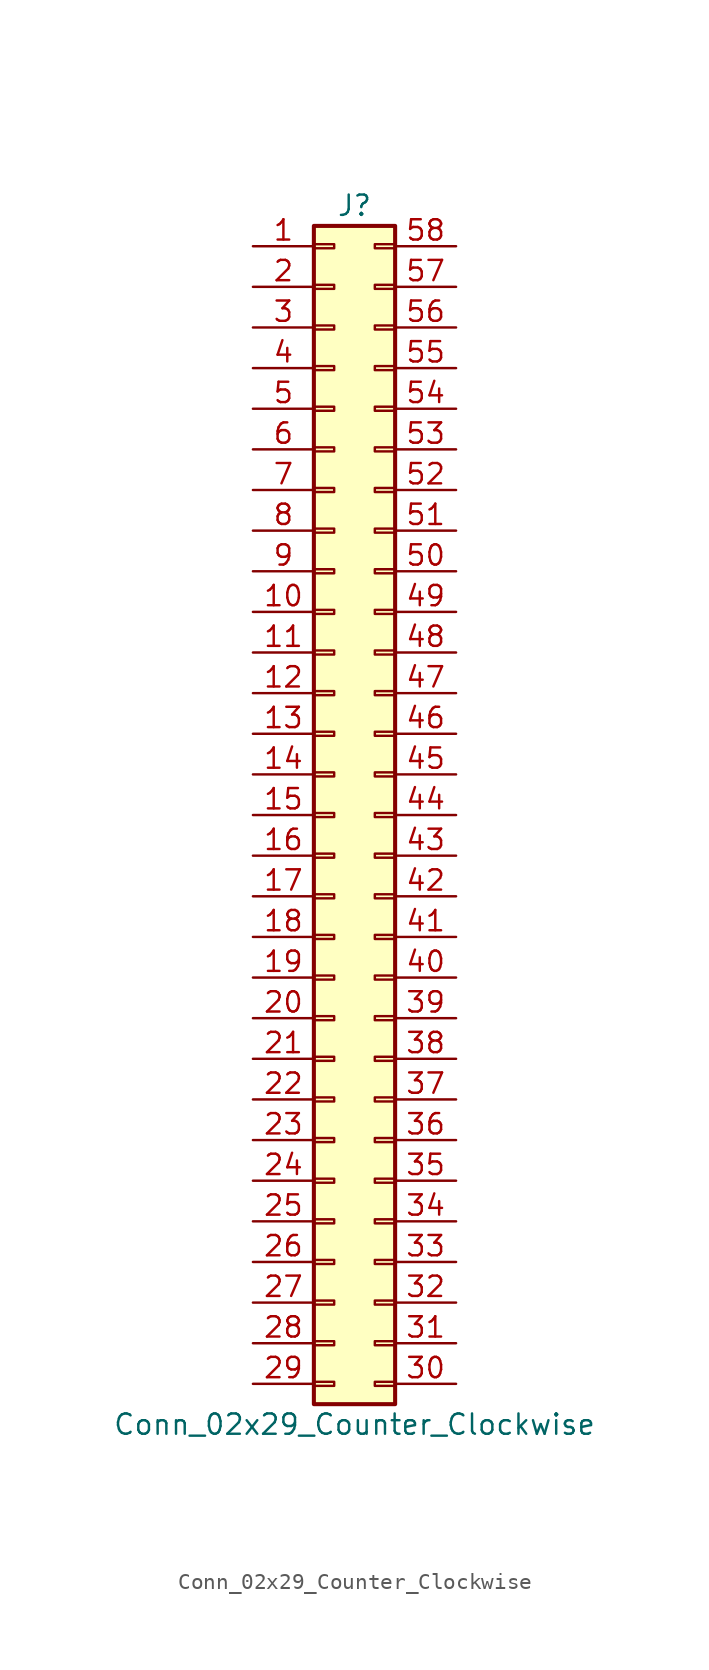
<source format=kicad_sym>
(kicad_symbol_lib
  (version 20201005)
  (generator kicad_symbol_editor)
  (symbol "Connector_Generic:Conn_02x29_Counter_Clockwise"
    (pin_names
      (offset 1.016) hide)
    (property "Reference" "J"
      (at 1.27 38.1 0)
      (effects (font (size 1.27 1.27))))
    (property "Value" "Conn_02x29_Counter_Clockwise"
      (at 1.27 -38.1 0)
      (effects (font (size 1.27 1.27))))
    (symbol "Conn_02x29_Counter_Clockwise_1_1"
      (rectangle (start -1.27 -27.813) (end 0 -28.067) (stroke (width 0.152)) (fill (type none)))
      (rectangle (start -1.27 -30.353) (end 0 -30.607) (stroke (width 0.152)) (fill (type none)))
      (rectangle (start -1.27 -32.893) (end 0 -33.147) (stroke (width 0.152)) (fill (type none)))
      (rectangle (start -1.27 -35.433) (end 0 -35.687) (stroke (width 0.152)) (fill (type none)))
      (rectangle (start -1.27 -4.953) (end 0 -5.207) (stroke (width 0.152)) (fill (type none)))
      (rectangle (start -1.27 -7.493) (end 0 -7.747) (stroke (width 0.152)) (fill (type none)))
      (rectangle (start -1.27 -10.033) (end 0 -10.287) (stroke (width 0.152)) (fill (type none)))
      (rectangle (start -1.27 -12.573) (end 0 -12.827) (stroke (width 0.152)) (fill (type none)))
      (rectangle (start -1.27 -15.113) (end 0 -15.367) (stroke (width 0.152)) (fill (type none)))
      (rectangle (start -1.27 -17.653) (end 0 -17.907) (stroke (width 0.152)) (fill (type none)))
      (rectangle (start -1.27 -20.193) (end 0 -20.447) (stroke (width 0.152)) (fill (type none)))
      (rectangle (start -1.27 -22.733) (end 0 -22.987) (stroke (width 0.152)) (fill (type none)))
      (rectangle (start -1.27 -2.413) (end 0 -2.667) (stroke (width 0.152)) (fill (type none)))
      (rectangle (start -1.27 -25.273) (end 0 -25.527) (stroke (width 0.152)) (fill (type none)))
      (rectangle (start -1.27 25.527) (end 0 25.273) (stroke (width 0.152)) (fill (type none)))
      (rectangle (start -1.27 2.667) (end 0 2.413) (stroke (width 0.152)) (fill (type none)))
      (rectangle (start -1.27 28.067) (end 0 27.813) (stroke (width 0.152)) (fill (type none)))
      (rectangle (start -1.27 30.607) (end 0 30.353) (stroke (width 0.152)) (fill (type none)))
      (rectangle (start -1.27 33.147) (end 0 32.893) (stroke (width 0.152)) (fill (type none)))
      (rectangle (start -1.27 35.687) (end 0 35.433) (stroke (width 0.152)) (fill (type none)))
      (rectangle (start -1.27 36.83) (end 3.81 -36.83) (stroke (width 0.254)) (fill (type background)))
      (rectangle (start -1.27 5.207) (end 0 4.953) (stroke (width 0.152)) (fill (type none)))
      (rectangle (start -1.27 7.747) (end 0 7.493) (stroke (width 0.152)) (fill (type none)))
      (rectangle (start -1.27 10.287) (end 0 10.033) (stroke (width 0.152)) (fill (type none)))
      (rectangle (start -1.27 0.127) (end 0 -0.127) (stroke (width 0.152)) (fill (type none)))
      (rectangle (start -1.27 12.827) (end 0 12.573) (stroke (width 0.152)) (fill (type none)))
      (rectangle (start -1.27 15.367) (end 0 15.113) (stroke (width 0.152)) (fill (type none)))
      (rectangle (start -1.27 17.907) (end 0 17.653) (stroke (width 0.152)) (fill (type none)))
      (rectangle (start -1.27 20.447) (end 0 20.193) (stroke (width 0.152)) (fill (type none)))
      (rectangle (start -1.27 22.987) (end 0 22.733) (stroke (width 0.152)) (fill (type none)))
      (rectangle (start 3.81 -27.813) (end 2.54 -28.067) (stroke (width 0.152)) (fill (type none)))
      (rectangle (start 3.81 -30.353) (end 2.54 -30.607) (stroke (width 0.152)) (fill (type none)))
      (rectangle (start 3.81 -32.893) (end 2.54 -33.147) (stroke (width 0.152)) (fill (type none)))
      (rectangle (start 3.81 -35.433) (end 2.54 -35.687) (stroke (width 0.152)) (fill (type none)))
      (rectangle (start 3.81 -4.953) (end 2.54 -5.207) (stroke (width 0.152)) (fill (type none)))
      (rectangle (start 3.81 -7.493) (end 2.54 -7.747) (stroke (width 0.152)) (fill (type none)))
      (rectangle (start 3.81 -10.033) (end 2.54 -10.287) (stroke (width 0.152)) (fill (type none)))
      (rectangle (start 3.81 -12.573) (end 2.54 -12.827) (stroke (width 0.152)) (fill (type none)))
      (rectangle (start 3.81 -15.113) (end 2.54 -15.367) (stroke (width 0.152)) (fill (type none)))
      (rectangle (start 3.81 -17.653) (end 2.54 -17.907) (stroke (width 0.152)) (fill (type none)))
      (rectangle (start 3.81 -20.193) (end 2.54 -20.447) (stroke (width 0.152)) (fill (type none)))
      (rectangle (start 3.81 -22.733) (end 2.54 -22.987) (stroke (width 0.152)) (fill (type none)))
      (rectangle (start 3.81 -2.413) (end 2.54 -2.667) (stroke (width 0.152)) (fill (type none)))
      (rectangle (start 3.81 -25.273) (end 2.54 -25.527) (stroke (width 0.152)) (fill (type none)))
      (rectangle (start 3.81 25.527) (end 2.54 25.273) (stroke (width 0.152)) (fill (type none)))
      (rectangle (start 3.81 2.667) (end 2.54 2.413) (stroke (width 0.152)) (fill (type none)))
      (rectangle (start 3.81 28.067) (end 2.54 27.813) (stroke (width 0.152)) (fill (type none)))
      (rectangle (start 3.81 30.607) (end 2.54 30.353) (stroke (width 0.152)) (fill (type none)))
      (rectangle (start 3.81 33.147) (end 2.54 32.893) (stroke (width 0.152)) (fill (type none)))
      (rectangle (start 3.81 35.687) (end 2.54 35.433) (stroke (width 0.152)) (fill (type none)))
      (rectangle (start 3.81 5.207) (end 2.54 4.953) (stroke (width 0.152)) (fill (type none)))
      (rectangle (start 3.81 7.747) (end 2.54 7.493) (stroke (width 0.152)) (fill (type none)))
      (rectangle (start 3.81 10.287) (end 2.54 10.033) (stroke (width 0.152)) (fill (type none)))
      (rectangle (start 3.81 0.127) (end 2.54 -0.127) (stroke (width 0.152)) (fill (type none)))
      (rectangle (start 3.81 12.827) (end 2.54 12.573) (stroke (width 0.152)) (fill (type none)))
      (rectangle (start 3.81 15.367) (end 2.54 15.113) (stroke (width 0.152)) (fill (type none)))
      (rectangle (start 3.81 17.907) (end 2.54 17.653) (stroke (width 0.152)) (fill (type none)))
      (rectangle (start 3.81 20.447) (end 2.54 20.193) (stroke (width 0.152)) (fill (type none)))
      (rectangle (start 3.81 22.987) (end 2.54 22.733) (stroke (width 0.152)) (fill (type none)))
      (pin passive line (at -5.08 35.56 0) (length 3.81) (name "Pin_1" (effects (font (size 1.27 1.27)))) (number "1" (effects (font (size 1.27 1.27)))))
      (pin passive line (at -5.08 12.7 0) (length 3.81) (name "Pin_10" (effects (font (size 1.27 1.27)))) (number "10" (effects (font (size 1.27 1.27)))))
      (pin passive line (at -5.08 10.16 0) (length 3.81) (name "Pin_11" (effects (font (size 1.27 1.27)))) (number "11" (effects (font (size 1.27 1.27)))))
      (pin passive line (at -5.08 7.62 0) (length 3.81) (name "Pin_12" (effects (font (size 1.27 1.27)))) (number "12" (effects (font (size 1.27 1.27)))))
      (pin passive line (at -5.08 5.08 0) (length 3.81) (name "Pin_13" (effects (font (size 1.27 1.27)))) (number "13" (effects (font (size 1.27 1.27)))))
      (pin passive line (at -5.08 2.54 0) (length 3.81) (name "Pin_14" (effects (font (size 1.27 1.27)))) (number "14" (effects (font (size 1.27 1.27)))))
      (pin passive line (at -5.08 0 0) (length 3.81) (name "Pin_15" (effects (font (size 1.27 1.27)))) (number "15" (effects (font (size 1.27 1.27)))))
      (pin passive line (at -5.08 -2.54 0) (length 3.81) (name "Pin_16" (effects (font (size 1.27 1.27)))) (number "16" (effects (font (size 1.27 1.27)))))
      (pin passive line (at -5.08 -5.08 0) (length 3.81) (name "Pin_17" (effects (font (size 1.27 1.27)))) (number "17" (effects (font (size 1.27 1.27)))))
      (pin passive line (at -5.08 -7.62 0) (length 3.81) (name "Pin_18" (effects (font (size 1.27 1.27)))) (number "18" (effects (font (size 1.27 1.27)))))
      (pin passive line (at -5.08 -10.16 0) (length 3.81) (name "Pin_19" (effects (font (size 1.27 1.27)))) (number "19" (effects (font (size 1.27 1.27)))))
      (pin passive line (at -5.08 33.02 0) (length 3.81) (name "Pin_2" (effects (font (size 1.27 1.27)))) (number "2" (effects (font (size 1.27 1.27)))))
      (pin passive line (at -5.08 -12.7 0) (length 3.81) (name "Pin_20" (effects (font (size 1.27 1.27)))) (number "20" (effects (font (size 1.27 1.27)))))
      (pin passive line (at -5.08 -15.24 0) (length 3.81) (name "Pin_21" (effects (font (size 1.27 1.27)))) (number "21" (effects (font (size 1.27 1.27)))))
      (pin passive line (at -5.08 -17.78 0) (length 3.81) (name "Pin_22" (effects (font (size 1.27 1.27)))) (number "22" (effects (font (size 1.27 1.27)))))
      (pin passive line (at -5.08 -20.32 0) (length 3.81) (name "Pin_23" (effects (font (size 1.27 1.27)))) (number "23" (effects (font (size 1.27 1.27)))))
      (pin passive line (at -5.08 -22.86 0) (length 3.81) (name "Pin_24" (effects (font (size 1.27 1.27)))) (number "24" (effects (font (size 1.27 1.27)))))
      (pin passive line (at -5.08 -25.4 0) (length 3.81) (name "Pin_25" (effects (font (size 1.27 1.27)))) (number "25" (effects (font (size 1.27 1.27)))))
      (pin passive line (at -5.08 -27.94 0) (length 3.81) (name "Pin_26" (effects (font (size 1.27 1.27)))) (number "26" (effects (font (size 1.27 1.27)))))
      (pin passive line (at -5.08 -30.48 0) (length 3.81) (name "Pin_27" (effects (font (size 1.27 1.27)))) (number "27" (effects (font (size 1.27 1.27)))))
      (pin passive line (at -5.08 -33.02 0) (length 3.81) (name "Pin_28" (effects (font (size 1.27 1.27)))) (number "28" (effects (font (size 1.27 1.27)))))
      (pin passive line (at -5.08 -35.56 0) (length 3.81) (name "Pin_29" (effects (font (size 1.27 1.27)))) (number "29" (effects (font (size 1.27 1.27)))))
      (pin passive line (at -5.08 30.48 0) (length 3.81) (name "Pin_3" (effects (font (size 1.27 1.27)))) (number "3" (effects (font (size 1.27 1.27)))))
      (pin passive line (at 7.62 -35.56 180) (length 3.81) (name "Pin_30" (effects (font (size 1.27 1.27)))) (number "30" (effects (font (size 1.27 1.27)))))
      (pin passive line (at 7.62 -33.02 180) (length 3.81) (name "Pin_31" (effects (font (size 1.27 1.27)))) (number "31" (effects (font (size 1.27 1.27)))))
      (pin passive line (at 7.62 -30.48 180) (length 3.81) (name "Pin_32" (effects (font (size 1.27 1.27)))) (number "32" (effects (font (size 1.27 1.27)))))
      (pin passive line (at 7.62 -27.94 180) (length 3.81) (name "Pin_33" (effects (font (size 1.27 1.27)))) (number "33" (effects (font (size 1.27 1.27)))))
      (pin passive line (at 7.62 -25.4 180) (length 3.81) (name "Pin_34" (effects (font (size 1.27 1.27)))) (number "34" (effects (font (size 1.27 1.27)))))
      (pin passive line (at 7.62 -22.86 180) (length 3.81) (name "Pin_35" (effects (font (size 1.27 1.27)))) (number "35" (effects (font (size 1.27 1.27)))))
      (pin passive line (at 7.62 -20.32 180) (length 3.81) (name "Pin_36" (effects (font (size 1.27 1.27)))) (number "36" (effects (font (size 1.27 1.27)))))
      (pin passive line (at 7.62 -17.78 180) (length 3.81) (name "Pin_37" (effects (font (size 1.27 1.27)))) (number "37" (effects (font (size 1.27 1.27)))))
      (pin passive line (at 7.62 -15.24 180) (length 3.81) (name "Pin_38" (effects (font (size 1.27 1.27)))) (number "38" (effects (font (size 1.27 1.27)))))
      (pin passive line (at 7.62 -12.7 180) (length 3.81) (name "Pin_39" (effects (font (size 1.27 1.27)))) (number "39" (effects (font (size 1.27 1.27)))))
      (pin passive line (at -5.08 27.94 0) (length 3.81) (name "Pin_4" (effects (font (size 1.27 1.27)))) (number "4" (effects (font (size 1.27 1.27)))))
      (pin passive line (at 7.62 -10.16 180) (length 3.81) (name "Pin_40" (effects (font (size 1.27 1.27)))) (number "40" (effects (font (size 1.27 1.27)))))
      (pin passive line (at 7.62 -7.62 180) (length 3.81) (name "Pin_41" (effects (font (size 1.27 1.27)))) (number "41" (effects (font (size 1.27 1.27)))))
      (pin passive line (at 7.62 -5.08 180) (length 3.81) (name "Pin_42" (effects (font (size 1.27 1.27)))) (number "42" (effects (font (size 1.27 1.27)))))
      (pin passive line (at 7.62 -2.54 180) (length 3.81) (name "Pin_43" (effects (font (size 1.27 1.27)))) (number "43" (effects (font (size 1.27 1.27)))))
      (pin passive line (at 7.62 0 180) (length 3.81) (name "Pin_44" (effects (font (size 1.27 1.27)))) (number "44" (effects (font (size 1.27 1.27)))))
      (pin passive line (at 7.62 2.54 180) (length 3.81) (name "Pin_45" (effects (font (size 1.27 1.27)))) (number "45" (effects (font (size 1.27 1.27)))))
      (pin passive line (at 7.62 5.08 180) (length 3.81) (name "Pin_46" (effects (font (size 1.27 1.27)))) (number "46" (effects (font (size 1.27 1.27)))))
      (pin passive line (at 7.62 7.62 180) (length 3.81) (name "Pin_47" (effects (font (size 1.27 1.27)))) (number "47" (effects (font (size 1.27 1.27)))))
      (pin passive line (at 7.62 10.16 180) (length 3.81) (name "Pin_48" (effects (font (size 1.27 1.27)))) (number "48" (effects (font (size 1.27 1.27)))))
      (pin passive line (at 7.62 12.7 180) (length 3.81) (name "Pin_49" (effects (font (size 1.27 1.27)))) (number "49" (effects (font (size 1.27 1.27)))))
      (pin passive line (at -5.08 25.4 0) (length 3.81) (name "Pin_5" (effects (font (size 1.27 1.27)))) (number "5" (effects (font (size 1.27 1.27)))))
      (pin passive line (at 7.62 15.24 180) (length 3.81) (name "Pin_50" (effects (font (size 1.27 1.27)))) (number "50" (effects (font (size 1.27 1.27)))))
      (pin passive line (at 7.62 17.78 180) (length 3.81) (name "Pin_51" (effects (font (size 1.27 1.27)))) (number "51" (effects (font (size 1.27 1.27)))))
      (pin passive line (at 7.62 20.32 180) (length 3.81) (name "Pin_52" (effects (font (size 1.27 1.27)))) (number "52" (effects (font (size 1.27 1.27)))))
      (pin passive line (at 7.62 22.86 180) (length 3.81) (name "Pin_53" (effects (font (size 1.27 1.27)))) (number "53" (effects (font (size 1.27 1.27)))))
      (pin passive line (at 7.62 25.4 180) (length 3.81) (name "Pin_54" (effects (font (size 1.27 1.27)))) (number "54" (effects (font (size 1.27 1.27)))))
      (pin passive line (at 7.62 27.94 180) (length 3.81) (name "Pin_55" (effects (font (size 1.27 1.27)))) (number "55" (effects (font (size 1.27 1.27)))))
      (pin passive line (at 7.62 30.48 180) (length 3.81) (name "Pin_56" (effects (font (size 1.27 1.27)))) (number "56" (effects (font (size 1.27 1.27)))))
      (pin passive line (at 7.62 33.02 180) (length 3.81) (name "Pin_57" (effects (font (size 1.27 1.27)))) (number "57" (effects (font (size 1.27 1.27)))))
      (pin passive line (at 7.62 35.56 180) (length 3.81) (name "Pin_58" (effects (font (size 1.27 1.27)))) (number "58" (effects (font (size 1.27 1.27)))))
      (pin passive line (at -5.08 22.86 0) (length 3.81) (name "Pin_6" (effects (font (size 1.27 1.27)))) (number "6" (effects (font (size 1.27 1.27)))))
      (pin passive line (at -5.08 20.32 0) (length 3.81) (name "Pin_7" (effects (font (size 1.27 1.27)))) (number "7" (effects (font (size 1.27 1.27)))))
      (pin passive line (at -5.08 17.78 0) (length 3.81) (name "Pin_8" (effects (font (size 1.27 1.27)))) (number "8" (effects (font (size 1.27 1.27)))))
      (pin passive line (at -5.08 15.24 0) (length 3.81) (name "Pin_9" (effects (font (size 1.27 1.27)))) (number "9" (effects (font (size 1.27 1.27))))))))
</source>
